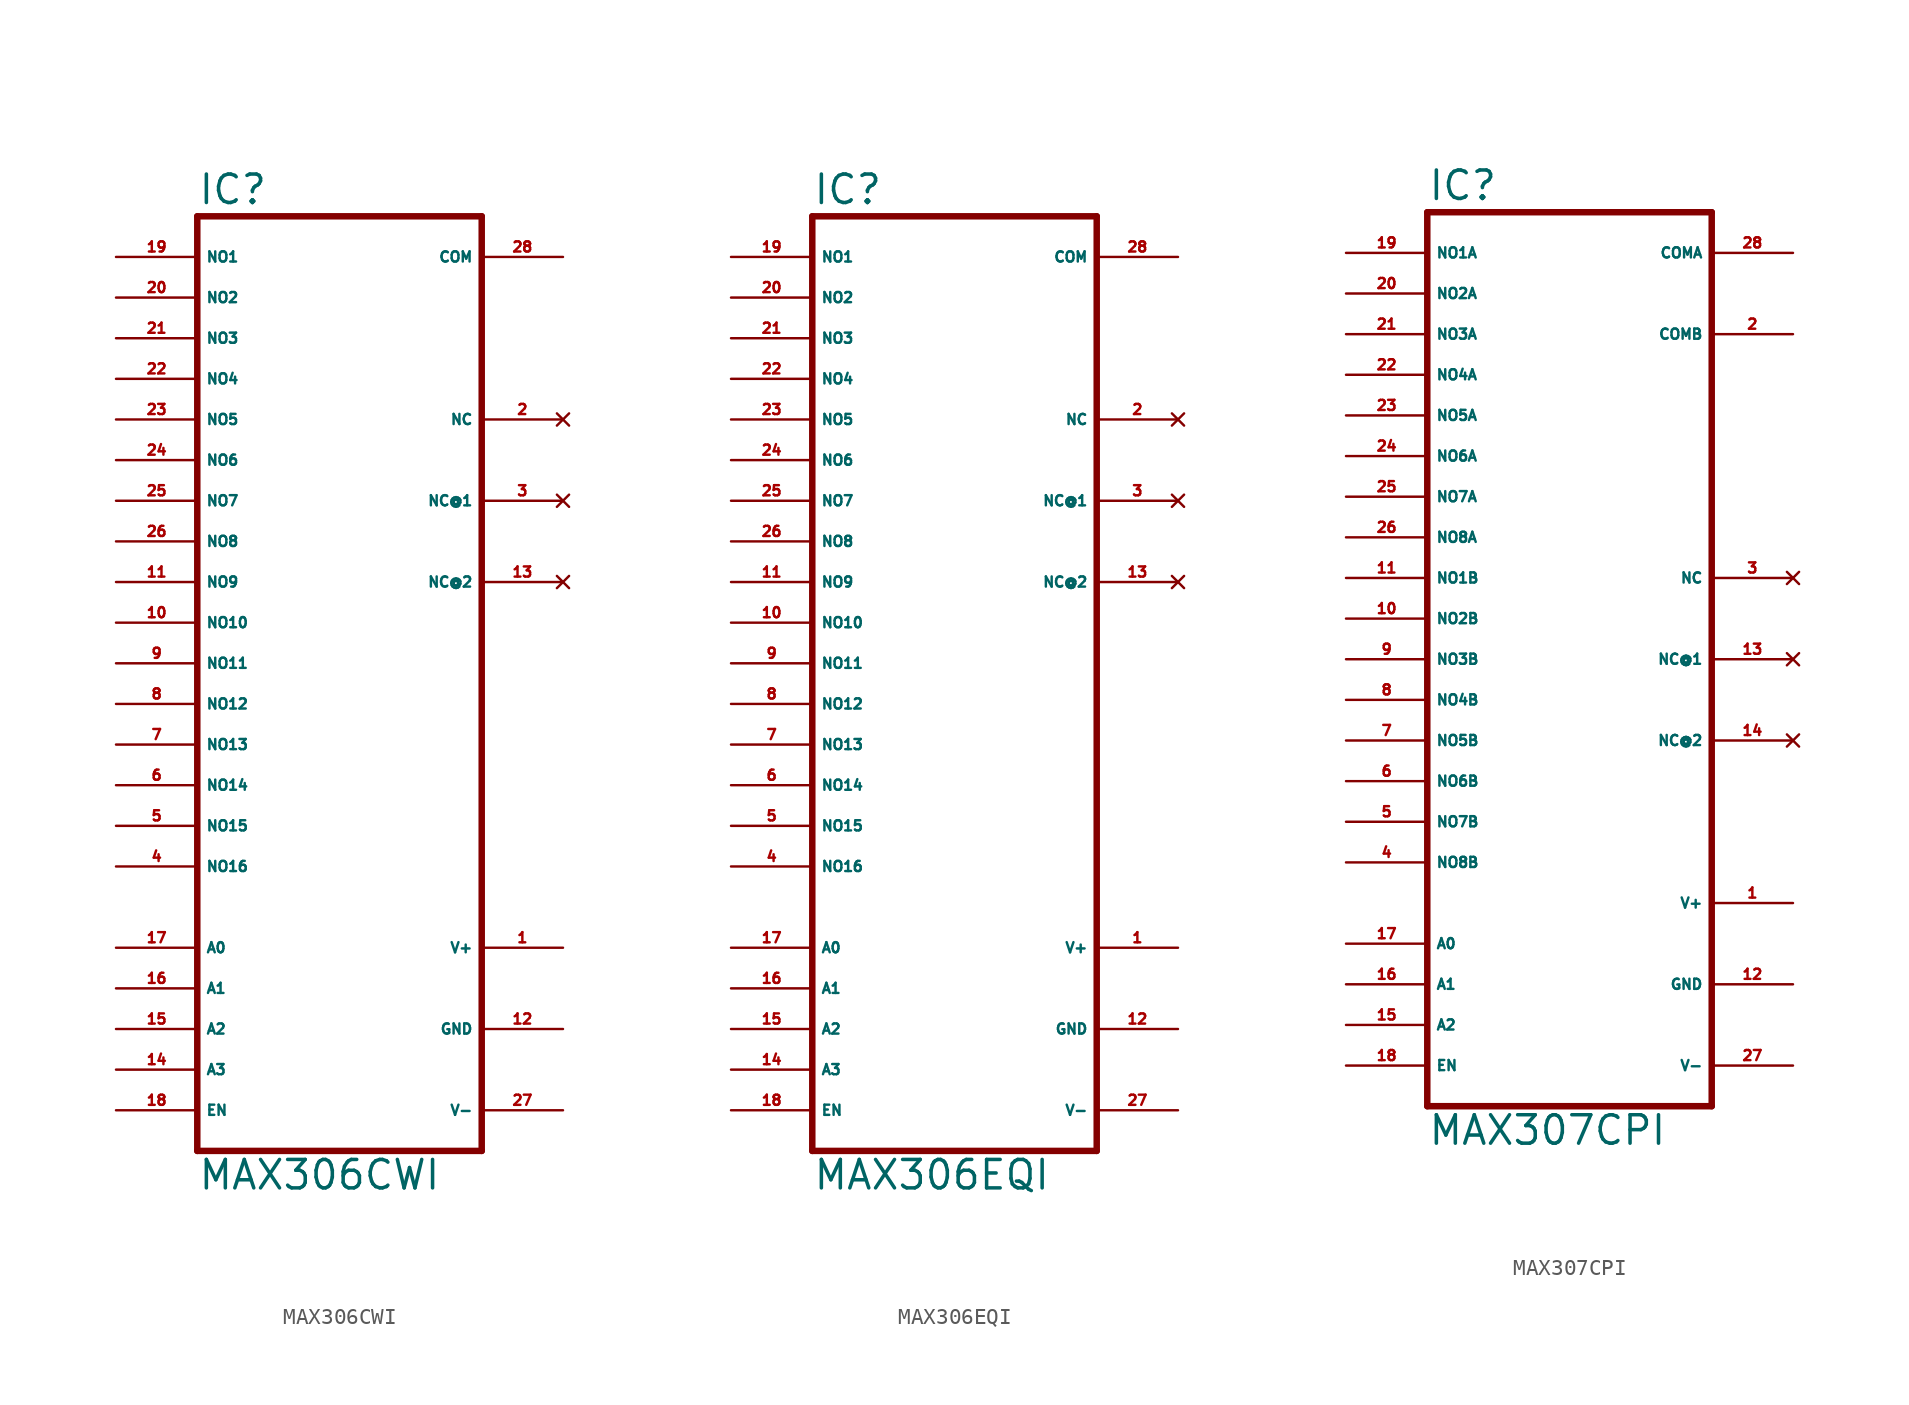
<source format=kicad_sym>
(kicad_symbol_lib
  (version 20220914)
  (generator Eagle2Kicad)
  (symbol "MAX306CWI"
    (property "Reference" "IC"
      (at -10.16 28.575 0)
      (effects (font (size 1.778 1.778) (thickness 0.22)) (justify left bottom)))
    (property "Value" "MAX306CWI"
      (at -10.16 -33.02 0)
      (effects (font (size 1.778 1.778) (thickness 0.22)) (justify left bottom)))
    (polyline
      (pts (xy -10.16 27.94) (xy 7.62 27.94))
      (stroke (width 0.406) (type default))
      (fill (type none)))
    (polyline
      (pts (xy 7.62 27.94) (xy 7.62 -30.48))
      (stroke (width 0.406) (type default))
      (fill (type none)))
    (polyline
      (pts (xy 7.62 -30.48) (xy -10.16 -30.48))
      (stroke (width 0.406) (type default))
      (fill (type none)))
    (polyline
      (pts (xy -10.16 -30.48) (xy -10.16 27.94))
      (stroke (width 0.406) (type default))
      (fill (type none)))
    (pin passive line
      (at -15.24 25.4 0)
      (length 5.08)
      (name "NO1" (effects (font (size 0.635 0.635) (thickness 0.08)) (justify left bottom)))
      (number "19" (effects (font (size 0.635 0.635) (thickness 0.08)) (justify left bottom))))
    (pin passive line
      (at -15.24 22.86 0)
      (length 5.08)
      (name "NO2" (effects (font (size 0.635 0.635) (thickness 0.08)) (justify left bottom)))
      (number "20" (effects (font (size 0.635 0.635) (thickness 0.08)) (justify left bottom))))
    (pin passive line
      (at -15.24 20.32 0)
      (length 5.08)
      (name "NO3" (effects (font (size 0.635 0.635) (thickness 0.08)) (justify left bottom)))
      (number "21" (effects (font (size 0.635 0.635) (thickness 0.08)) (justify left bottom))))
    (pin passive line
      (at -15.24 17.78 0)
      (length 5.08)
      (name "NO4" (effects (font (size 0.635 0.635) (thickness 0.08)) (justify left bottom)))
      (number "22" (effects (font (size 0.635 0.635) (thickness 0.08)) (justify left bottom))))
    (pin passive line
      (at -15.24 15.24 0)
      (length 5.08)
      (name "NO5" (effects (font (size 0.635 0.635) (thickness 0.08)) (justify left bottom)))
      (number "23" (effects (font (size 0.635 0.635) (thickness 0.08)) (justify left bottom))))
    (pin passive line
      (at -15.24 12.7 0)
      (length 5.08)
      (name "NO6" (effects (font (size 0.635 0.635) (thickness 0.08)) (justify left bottom)))
      (number "24" (effects (font (size 0.635 0.635) (thickness 0.08)) (justify left bottom))))
    (pin passive line
      (at -15.24 10.16 0)
      (length 5.08)
      (name "NO7" (effects (font (size 0.635 0.635) (thickness 0.08)) (justify left bottom)))
      (number "25" (effects (font (size 0.635 0.635) (thickness 0.08)) (justify left bottom))))
    (pin passive line
      (at -15.24 7.62 0)
      (length 5.08)
      (name "NO8" (effects (font (size 0.635 0.635) (thickness 0.08)) (justify left bottom)))
      (number "26" (effects (font (size 0.635 0.635) (thickness 0.08)) (justify left bottom))))
    (pin passive line
      (at -15.24 5.08 0)
      (length 5.08)
      (name "NO9" (effects (font (size 0.635 0.635) (thickness 0.08)) (justify left bottom)))
      (number "11" (effects (font (size 0.635 0.635) (thickness 0.08)) (justify left bottom))))
    (pin passive line
      (at -15.24 2.54 0)
      (length 5.08)
      (name "NO10" (effects (font (size 0.635 0.635) (thickness 0.08)) (justify left bottom)))
      (number "10" (effects (font (size 0.635 0.635) (thickness 0.08)) (justify left bottom))))
    (pin passive line
      (at -15.24 0 0)
      (length 5.08)
      (name "NO11" (effects (font (size 0.635 0.635) (thickness 0.08)) (justify left bottom)))
      (number "9" (effects (font (size 0.635 0.635) (thickness 0.08)) (justify left bottom))))
    (pin passive line
      (at -15.24 -2.54 0)
      (length 5.08)
      (name "NO12" (effects (font (size 0.635 0.635) (thickness 0.08)) (justify left bottom)))
      (number "8" (effects (font (size 0.635 0.635) (thickness 0.08)) (justify left bottom))))
    (pin passive line
      (at -15.24 -5.08 0)
      (length 5.08)
      (name "NO13" (effects (font (size 0.635 0.635) (thickness 0.08)) (justify left bottom)))
      (number "7" (effects (font (size 0.635 0.635) (thickness 0.08)) (justify left bottom))))
    (pin passive line
      (at -15.24 -7.62 0)
      (length 5.08)
      (name "NO14" (effects (font (size 0.635 0.635) (thickness 0.08)) (justify left bottom)))
      (number "6" (effects (font (size 0.635 0.635) (thickness 0.08)) (justify left bottom))))
    (pin passive line
      (at -15.24 -10.16 0)
      (length 5.08)
      (name "NO15" (effects (font (size 0.635 0.635) (thickness 0.08)) (justify left bottom)))
      (number "5" (effects (font (size 0.635 0.635) (thickness 0.08)) (justify left bottom))))
    (pin passive line
      (at -15.24 -12.7 0)
      (length 5.08)
      (name "NO16" (effects (font (size 0.635 0.635) (thickness 0.08)) (justify left bottom)))
      (number "4" (effects (font (size 0.635 0.635) (thickness 0.08)) (justify left bottom))))
    (pin input line
      (at -15.24 -17.78 0)
      (length 5.08)
      (name "A0" (effects (font (size 0.635 0.635) (thickness 0.08)) (justify left bottom)))
      (number "17" (effects (font (size 0.635 0.635) (thickness 0.08)) (justify left bottom))))
    (pin input line
      (at -15.24 -20.32 0)
      (length 5.08)
      (name "A1" (effects (font (size 0.635 0.635) (thickness 0.08)) (justify left bottom)))
      (number "16" (effects (font (size 0.635 0.635) (thickness 0.08)) (justify left bottom))))
    (pin input line
      (at -15.24 -22.86 0)
      (length 5.08)
      (name "A2" (effects (font (size 0.635 0.635) (thickness 0.08)) (justify left bottom)))
      (number "15" (effects (font (size 0.635 0.635) (thickness 0.08)) (justify left bottom))))
    (pin input line
      (at -15.24 -25.4 0)
      (length 5.08)
      (name "A3" (effects (font (size 0.635 0.635) (thickness 0.08)) (justify left bottom)))
      (number "14" (effects (font (size 0.635 0.635) (thickness 0.08)) (justify left bottom))))
    (pin passive line
      (at 12.7 25.4 180)
      (length 5.08)
      (name "COM" (effects (font (size 0.635 0.635) (thickness 0.08)) (justify left bottom)))
      (number "28" (effects (font (size 0.635 0.635) (thickness 0.08)) (justify left bottom))))
    (pin unspecified line
      (at 12.7 -27.94 180)
      (length 5.08)
      (name "V-" (effects (font (size 0.635 0.635) (thickness 0.08)) (justify left bottom)))
      (number "27" (effects (font (size 0.635 0.635) (thickness 0.08)) (justify left bottom))))
    (pin unspecified line
      (at 12.7 -22.86 180)
      (length 5.08)
      (name "GND" (effects (font (size 0.635 0.635) (thickness 0.08)) (justify left bottom)))
      (number "12" (effects (font (size 0.635 0.635) (thickness 0.08)) (justify left bottom))))
    (pin unspecified line
      (at 12.7 -17.78 180)
      (length 5.08)
      (name "V+" (effects (font (size 0.635 0.635) (thickness 0.08)) (justify left bottom)))
      (number "1" (effects (font (size 0.635 0.635) (thickness 0.08)) (justify left bottom))))
    (pin input line
      (at -15.24 -27.94 0)
      (length 5.08)
      (name "EN" (effects (font (size 0.635 0.635) (thickness 0.08)) (justify left bottom)))
      (number "18" (effects (font (size 0.635 0.635) (thickness 0.08)) (justify left bottom))))
    (pin no_connect line
      (at 12.7 15.24 180)
      (length 5.08)
      (name "NC" (effects (font (size 0.635 0.635) (thickness 0.08)) (justify left bottom) hide))
      (number "2" (effects (font (size 0.635 0.635) (thickness 0.08)) (justify left bottom) hide)))
    (pin no_connect line
      (at 12.7 10.16 180)
      (length 5.08)
      (name "NC@1" (effects (font (size 0.635 0.635) (thickness 0.08)) (justify left bottom) hide))
      (number "3" (effects (font (size 0.635 0.635) (thickness 0.08)) (justify left bottom) hide)))
    (pin no_connect line
      (at 12.7 5.08 180)
      (length 5.08)
      (name "NC@2" (effects (font (size 0.635 0.635) (thickness 0.08)) (justify left bottom) hide))
      (number "13" (effects (font (size 0.635 0.635) (thickness 0.08)) (justify left bottom) hide))))
  (symbol "MAX306EQI"
    (property "Reference" "IC"
      (at -10.16 28.575 0)
      (effects (font (size 1.778 1.778) (thickness 0.22)) (justify left bottom)))
    (property "Value" "MAX306EQI"
      (at -10.16 -33.02 0)
      (effects (font (size 1.778 1.778) (thickness 0.22)) (justify left bottom)))
    (polyline
      (pts (xy -10.16 27.94) (xy 7.62 27.94))
      (stroke (width 0.406) (type default))
      (fill (type none)))
    (polyline
      (pts (xy 7.62 27.94) (xy 7.62 -30.48))
      (stroke (width 0.406) (type default))
      (fill (type none)))
    (polyline
      (pts (xy 7.62 -30.48) (xy -10.16 -30.48))
      (stroke (width 0.406) (type default))
      (fill (type none)))
    (polyline
      (pts (xy -10.16 -30.48) (xy -10.16 27.94))
      (stroke (width 0.406) (type default))
      (fill (type none)))
    (pin passive line
      (at -15.24 25.4 0)
      (length 5.08)
      (name "NO1" (effects (font (size 0.635 0.635) (thickness 0.08)) (justify left bottom)))
      (number "19" (effects (font (size 0.635 0.635) (thickness 0.08)) (justify left bottom))))
    (pin passive line
      (at -15.24 22.86 0)
      (length 5.08)
      (name "NO2" (effects (font (size 0.635 0.635) (thickness 0.08)) (justify left bottom)))
      (number "20" (effects (font (size 0.635 0.635) (thickness 0.08)) (justify left bottom))))
    (pin passive line
      (at -15.24 20.32 0)
      (length 5.08)
      (name "NO3" (effects (font (size 0.635 0.635) (thickness 0.08)) (justify left bottom)))
      (number "21" (effects (font (size 0.635 0.635) (thickness 0.08)) (justify left bottom))))
    (pin passive line
      (at -15.24 17.78 0)
      (length 5.08)
      (name "NO4" (effects (font (size 0.635 0.635) (thickness 0.08)) (justify left bottom)))
      (number "22" (effects (font (size 0.635 0.635) (thickness 0.08)) (justify left bottom))))
    (pin passive line
      (at -15.24 15.24 0)
      (length 5.08)
      (name "NO5" (effects (font (size 0.635 0.635) (thickness 0.08)) (justify left bottom)))
      (number "23" (effects (font (size 0.635 0.635) (thickness 0.08)) (justify left bottom))))
    (pin passive line
      (at -15.24 12.7 0)
      (length 5.08)
      (name "NO6" (effects (font (size 0.635 0.635) (thickness 0.08)) (justify left bottom)))
      (number "24" (effects (font (size 0.635 0.635) (thickness 0.08)) (justify left bottom))))
    (pin passive line
      (at -15.24 10.16 0)
      (length 5.08)
      (name "NO7" (effects (font (size 0.635 0.635) (thickness 0.08)) (justify left bottom)))
      (number "25" (effects (font (size 0.635 0.635) (thickness 0.08)) (justify left bottom))))
    (pin passive line
      (at -15.24 7.62 0)
      (length 5.08)
      (name "NO8" (effects (font (size 0.635 0.635) (thickness 0.08)) (justify left bottom)))
      (number "26" (effects (font (size 0.635 0.635) (thickness 0.08)) (justify left bottom))))
    (pin passive line
      (at -15.24 5.08 0)
      (length 5.08)
      (name "NO9" (effects (font (size 0.635 0.635) (thickness 0.08)) (justify left bottom)))
      (number "11" (effects (font (size 0.635 0.635) (thickness 0.08)) (justify left bottom))))
    (pin passive line
      (at -15.24 2.54 0)
      (length 5.08)
      (name "NO10" (effects (font (size 0.635 0.635) (thickness 0.08)) (justify left bottom)))
      (number "10" (effects (font (size 0.635 0.635) (thickness 0.08)) (justify left bottom))))
    (pin passive line
      (at -15.24 0 0)
      (length 5.08)
      (name "NO11" (effects (font (size 0.635 0.635) (thickness 0.08)) (justify left bottom)))
      (number "9" (effects (font (size 0.635 0.635) (thickness 0.08)) (justify left bottom))))
    (pin passive line
      (at -15.24 -2.54 0)
      (length 5.08)
      (name "NO12" (effects (font (size 0.635 0.635) (thickness 0.08)) (justify left bottom)))
      (number "8" (effects (font (size 0.635 0.635) (thickness 0.08)) (justify left bottom))))
    (pin passive line
      (at -15.24 -5.08 0)
      (length 5.08)
      (name "NO13" (effects (font (size 0.635 0.635) (thickness 0.08)) (justify left bottom)))
      (number "7" (effects (font (size 0.635 0.635) (thickness 0.08)) (justify left bottom))))
    (pin passive line
      (at -15.24 -7.62 0)
      (length 5.08)
      (name "NO14" (effects (font (size 0.635 0.635) (thickness 0.08)) (justify left bottom)))
      (number "6" (effects (font (size 0.635 0.635) (thickness 0.08)) (justify left bottom))))
    (pin passive line
      (at -15.24 -10.16 0)
      (length 5.08)
      (name "NO15" (effects (font (size 0.635 0.635) (thickness 0.08)) (justify left bottom)))
      (number "5" (effects (font (size 0.635 0.635) (thickness 0.08)) (justify left bottom))))
    (pin passive line
      (at -15.24 -12.7 0)
      (length 5.08)
      (name "NO16" (effects (font (size 0.635 0.635) (thickness 0.08)) (justify left bottom)))
      (number "4" (effects (font (size 0.635 0.635) (thickness 0.08)) (justify left bottom))))
    (pin input line
      (at -15.24 -17.78 0)
      (length 5.08)
      (name "A0" (effects (font (size 0.635 0.635) (thickness 0.08)) (justify left bottom)))
      (number "17" (effects (font (size 0.635 0.635) (thickness 0.08)) (justify left bottom))))
    (pin input line
      (at -15.24 -20.32 0)
      (length 5.08)
      (name "A1" (effects (font (size 0.635 0.635) (thickness 0.08)) (justify left bottom)))
      (number "16" (effects (font (size 0.635 0.635) (thickness 0.08)) (justify left bottom))))
    (pin input line
      (at -15.24 -22.86 0)
      (length 5.08)
      (name "A2" (effects (font (size 0.635 0.635) (thickness 0.08)) (justify left bottom)))
      (number "15" (effects (font (size 0.635 0.635) (thickness 0.08)) (justify left bottom))))
    (pin input line
      (at -15.24 -25.4 0)
      (length 5.08)
      (name "A3" (effects (font (size 0.635 0.635) (thickness 0.08)) (justify left bottom)))
      (number "14" (effects (font (size 0.635 0.635) (thickness 0.08)) (justify left bottom))))
    (pin passive line
      (at 12.7 25.4 180)
      (length 5.08)
      (name "COM" (effects (font (size 0.635 0.635) (thickness 0.08)) (justify left bottom)))
      (number "28" (effects (font (size 0.635 0.635) (thickness 0.08)) (justify left bottom))))
    (pin unspecified line
      (at 12.7 -27.94 180)
      (length 5.08)
      (name "V-" (effects (font (size 0.635 0.635) (thickness 0.08)) (justify left bottom)))
      (number "27" (effects (font (size 0.635 0.635) (thickness 0.08)) (justify left bottom))))
    (pin unspecified line
      (at 12.7 -22.86 180)
      (length 5.08)
      (name "GND" (effects (font (size 0.635 0.635) (thickness 0.08)) (justify left bottom)))
      (number "12" (effects (font (size 0.635 0.635) (thickness 0.08)) (justify left bottom))))
    (pin unspecified line
      (at 12.7 -17.78 180)
      (length 5.08)
      (name "V+" (effects (font (size 0.635 0.635) (thickness 0.08)) (justify left bottom)))
      (number "1" (effects (font (size 0.635 0.635) (thickness 0.08)) (justify left bottom))))
    (pin input line
      (at -15.24 -27.94 0)
      (length 5.08)
      (name "EN" (effects (font (size 0.635 0.635) (thickness 0.08)) (justify left bottom)))
      (number "18" (effects (font (size 0.635 0.635) (thickness 0.08)) (justify left bottom))))
    (pin no_connect line
      (at 12.7 15.24 180)
      (length 5.08)
      (name "NC" (effects (font (size 0.635 0.635) (thickness 0.08)) (justify left bottom) hide))
      (number "2" (effects (font (size 0.635 0.635) (thickness 0.08)) (justify left bottom) hide)))
    (pin no_connect line
      (at 12.7 10.16 180)
      (length 5.08)
      (name "NC@1" (effects (font (size 0.635 0.635) (thickness 0.08)) (justify left bottom) hide))
      (number "3" (effects (font (size 0.635 0.635) (thickness 0.08)) (justify left bottom) hide)))
    (pin no_connect line
      (at 12.7 5.08 180)
      (length 5.08)
      (name "NC@2" (effects (font (size 0.635 0.635) (thickness 0.08)) (justify left bottom) hide))
      (number "13" (effects (font (size 0.635 0.635) (thickness 0.08)) (justify left bottom) hide))))
  (symbol "MAX307CPI"
    (property "Reference" "IC"
      (at -10.16 31.115 0)
      (effects (font (size 1.778 1.778) (thickness 0.22)) (justify left bottom)))
    (property "Value" "MAX307CPI"
      (at -10.16 -27.94 0)
      (effects (font (size 1.778 1.778) (thickness 0.22)) (justify left bottom)))
    (polyline
      (pts (xy -10.16 30.48) (xy 7.62 30.48))
      (stroke (width 0.406) (type default))
      (fill (type none)))
    (polyline
      (pts (xy 7.62 30.48) (xy 7.62 -25.4))
      (stroke (width 0.406) (type default))
      (fill (type none)))
    (polyline
      (pts (xy 7.62 -25.4) (xy -10.16 -25.4))
      (stroke (width 0.406) (type default))
      (fill (type none)))
    (polyline
      (pts (xy -10.16 -25.4) (xy -10.16 30.48))
      (stroke (width 0.406) (type default))
      (fill (type none)))
    (pin passive line
      (at -15.24 27.94 0)
      (length 5.08)
      (name "NO1A" (effects (font (size 0.635 0.635) (thickness 0.08)) (justify left bottom)))
      (number "19" (effects (font (size 0.635 0.635) (thickness 0.08)) (justify left bottom))))
    (pin passive line
      (at -15.24 25.4 0)
      (length 5.08)
      (name "NO2A" (effects (font (size 0.635 0.635) (thickness 0.08)) (justify left bottom)))
      (number "20" (effects (font (size 0.635 0.635) (thickness 0.08)) (justify left bottom))))
    (pin passive line
      (at -15.24 22.86 0)
      (length 5.08)
      (name "NO3A" (effects (font (size 0.635 0.635) (thickness 0.08)) (justify left bottom)))
      (number "21" (effects (font (size 0.635 0.635) (thickness 0.08)) (justify left bottom))))
    (pin passive line
      (at -15.24 20.32 0)
      (length 5.08)
      (name "NO4A" (effects (font (size 0.635 0.635) (thickness 0.08)) (justify left bottom)))
      (number "22" (effects (font (size 0.635 0.635) (thickness 0.08)) (justify left bottom))))
    (pin passive line
      (at -15.24 17.78 0)
      (length 5.08)
      (name "NO5A" (effects (font (size 0.635 0.635) (thickness 0.08)) (justify left bottom)))
      (number "23" (effects (font (size 0.635 0.635) (thickness 0.08)) (justify left bottom))))
    (pin passive line
      (at -15.24 15.24 0)
      (length 5.08)
      (name "NO6A" (effects (font (size 0.635 0.635) (thickness 0.08)) (justify left bottom)))
      (number "24" (effects (font (size 0.635 0.635) (thickness 0.08)) (justify left bottom))))
    (pin passive line
      (at -15.24 12.7 0)
      (length 5.08)
      (name "NO7A" (effects (font (size 0.635 0.635) (thickness 0.08)) (justify left bottom)))
      (number "25" (effects (font (size 0.635 0.635) (thickness 0.08)) (justify left bottom))))
    (pin passive line
      (at -15.24 10.16 0)
      (length 5.08)
      (name "NO8A" (effects (font (size 0.635 0.635) (thickness 0.08)) (justify left bottom)))
      (number "26" (effects (font (size 0.635 0.635) (thickness 0.08)) (justify left bottom))))
    (pin passive line
      (at -15.24 -10.16 0)
      (length 5.08)
      (name "NO8B" (effects (font (size 0.635 0.635) (thickness 0.08)) (justify left bottom)))
      (number "4" (effects (font (size 0.635 0.635) (thickness 0.08)) (justify left bottom))))
    (pin passive line
      (at -15.24 7.62 0)
      (length 5.08)
      (name "NO1B" (effects (font (size 0.635 0.635) (thickness 0.08)) (justify left bottom)))
      (number "11" (effects (font (size 0.635 0.635) (thickness 0.08)) (justify left bottom))))
    (pin passive line
      (at -15.24 5.08 0)
      (length 5.08)
      (name "NO2B" (effects (font (size 0.635 0.635) (thickness 0.08)) (justify left bottom)))
      (number "10" (effects (font (size 0.635 0.635) (thickness 0.08)) (justify left bottom))))
    (pin passive line
      (at -15.24 2.54 0)
      (length 5.08)
      (name "NO3B" (effects (font (size 0.635 0.635) (thickness 0.08)) (justify left bottom)))
      (number "9" (effects (font (size 0.635 0.635) (thickness 0.08)) (justify left bottom))))
    (pin passive line
      (at -15.24 0 0)
      (length 5.08)
      (name "NO4B" (effects (font (size 0.635 0.635) (thickness 0.08)) (justify left bottom)))
      (number "8" (effects (font (size 0.635 0.635) (thickness 0.08)) (justify left bottom))))
    (pin passive line
      (at -15.24 -2.54 0)
      (length 5.08)
      (name "NO5B" (effects (font (size 0.635 0.635) (thickness 0.08)) (justify left bottom)))
      (number "7" (effects (font (size 0.635 0.635) (thickness 0.08)) (justify left bottom))))
    (pin passive line
      (at -15.24 -5.08 0)
      (length 5.08)
      (name "NO6B" (effects (font (size 0.635 0.635) (thickness 0.08)) (justify left bottom)))
      (number "6" (effects (font (size 0.635 0.635) (thickness 0.08)) (justify left bottom))))
    (pin passive line
      (at -15.24 -7.62 0)
      (length 5.08)
      (name "NO7B" (effects (font (size 0.635 0.635) (thickness 0.08)) (justify left bottom)))
      (number "5" (effects (font (size 0.635 0.635) (thickness 0.08)) (justify left bottom))))
    (pin input line
      (at -15.24 -15.24 0)
      (length 5.08)
      (name "A0" (effects (font (size 0.635 0.635) (thickness 0.08)) (justify left bottom)))
      (number "17" (effects (font (size 0.635 0.635) (thickness 0.08)) (justify left bottom))))
    (pin input line
      (at -15.24 -17.78 0)
      (length 5.08)
      (name "A1" (effects (font (size 0.635 0.635) (thickness 0.08)) (justify left bottom)))
      (number "16" (effects (font (size 0.635 0.635) (thickness 0.08)) (justify left bottom))))
    (pin input line
      (at -15.24 -20.32 0)
      (length 5.08)
      (name "A2" (effects (font (size 0.635 0.635) (thickness 0.08)) (justify left bottom)))
      (number "15" (effects (font (size 0.635 0.635) (thickness 0.08)) (justify left bottom))))
    (pin no_connect line
      (at 12.7 -2.54 180)
      (length 5.08)
      (name "NC@2" (effects (font (size 0.635 0.635) (thickness 0.08)) (justify left bottom) hide))
      (number "14" (effects (font (size 0.635 0.635) (thickness 0.08)) (justify left bottom) hide)))
    (pin passive line
      (at 12.7 27.94 180)
      (length 5.08)
      (name "COMA" (effects (font (size 0.635 0.635) (thickness 0.08)) (justify left bottom)))
      (number "28" (effects (font (size 0.635 0.635) (thickness 0.08)) (justify left bottom))))
    (pin unspecified line
      (at 12.7 -22.86 180)
      (length 5.08)
      (name "V-" (effects (font (size 0.635 0.635) (thickness 0.08)) (justify left bottom)))
      (number "27" (effects (font (size 0.635 0.635) (thickness 0.08)) (justify left bottom))))
    (pin unspecified line
      (at 12.7 -17.78 180)
      (length 5.08)
      (name "GND" (effects (font (size 0.635 0.635) (thickness 0.08)) (justify left bottom)))
      (number "12" (effects (font (size 0.635 0.635) (thickness 0.08)) (justify left bottom))))
    (pin unspecified line
      (at 12.7 -12.7 180)
      (length 5.08)
      (name "V+" (effects (font (size 0.635 0.635) (thickness 0.08)) (justify left bottom)))
      (number "1" (effects (font (size 0.635 0.635) (thickness 0.08)) (justify left bottom))))
    (pin input line
      (at -15.24 -22.86 0)
      (length 5.08)
      (name "EN" (effects (font (size 0.635 0.635) (thickness 0.08)) (justify left bottom)))
      (number "18" (effects (font (size 0.635 0.635) (thickness 0.08)) (justify left bottom))))
    (pin no_connect line
      (at 12.7 7.62 180)
      (length 5.08)
      (name "NC" (effects (font (size 0.635 0.635) (thickness 0.08)) (justify left bottom) hide))
      (number "3" (effects (font (size 0.635 0.635) (thickness 0.08)) (justify left bottom) hide)))
    (pin no_connect line
      (at 12.7 2.54 180)
      (length 5.08)
      (name "NC@1" (effects (font (size 0.635 0.635) (thickness 0.08)) (justify left bottom) hide))
      (number "13" (effects (font (size 0.635 0.635) (thickness 0.08)) (justify left bottom) hide)))
    (pin passive line
      (at 12.7 22.86 180)
      (length 5.08)
      (name "COMB" (effects (font (size 0.635 0.635) (thickness 0.08)) (justify left bottom)))
      (number "2" (effects (font (size 0.635 0.635) (thickness 0.08)) (justify left bottom))))))
</source>
